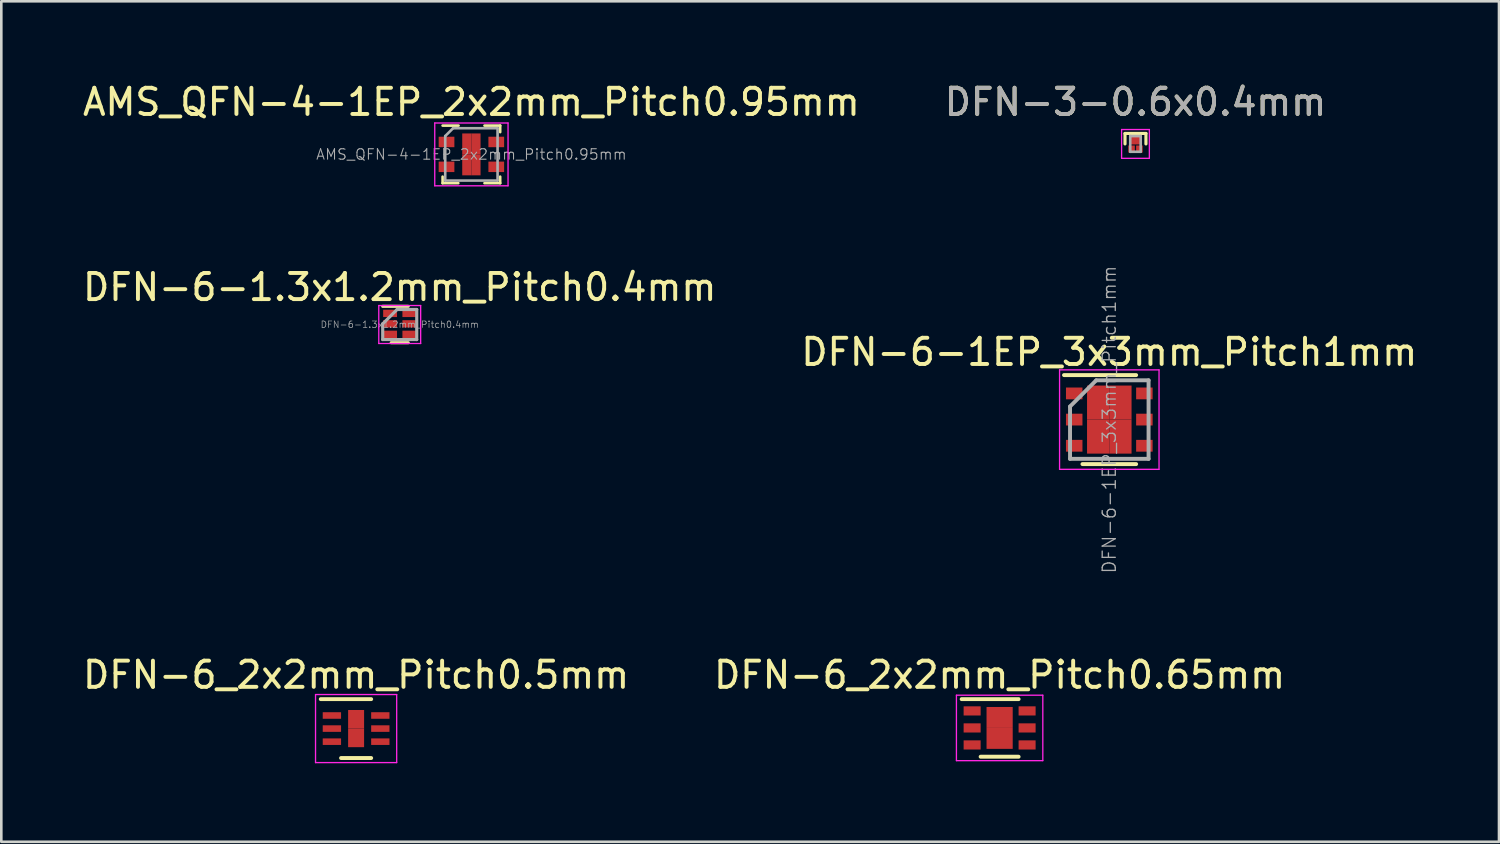
<source format=kicad_pcb>
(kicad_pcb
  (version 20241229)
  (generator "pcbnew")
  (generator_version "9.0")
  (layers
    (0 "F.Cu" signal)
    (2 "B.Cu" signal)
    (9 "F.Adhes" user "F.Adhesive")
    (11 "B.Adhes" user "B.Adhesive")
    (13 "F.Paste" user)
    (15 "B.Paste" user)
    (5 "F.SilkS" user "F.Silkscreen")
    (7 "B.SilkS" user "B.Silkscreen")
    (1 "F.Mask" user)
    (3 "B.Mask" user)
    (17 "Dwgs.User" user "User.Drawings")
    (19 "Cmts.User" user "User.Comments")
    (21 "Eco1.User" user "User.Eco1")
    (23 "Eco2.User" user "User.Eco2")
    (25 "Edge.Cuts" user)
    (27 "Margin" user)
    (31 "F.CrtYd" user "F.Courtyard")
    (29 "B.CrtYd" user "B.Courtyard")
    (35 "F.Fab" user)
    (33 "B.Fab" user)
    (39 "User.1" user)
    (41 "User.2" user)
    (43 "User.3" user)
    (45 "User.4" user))
  (footprint "DFN-6-1EP_3x3mm_Pitch1mm"
    (layer "F.Cu")
    (at 39.327 12.979)
    (property "Reference" "DFN-6-1EP_3x3mm_Pitch1mm" (at 0 -2.58 0) (layer "F.SilkS") (effects (font (size 1 1) (thickness 0.15))))
    (attr smd)
    (fp_line (start -1.73 -1.7) (end 1.025 -1.7) (stroke (width 0.15) (type solid)) (layer "F.SilkS"))
    (fp_line (start -1.025 1.7) (end 1.025 1.7) (stroke (width 0.15) (type solid)) (layer "F.SilkS"))
    (fp_line (start -1.9 -1.9) (end -1.9 1.9) (stroke (width 0.05) (type solid)) (layer "F.CrtYd"))
    (fp_line (start -1.9 -1.9) (end 1.9 -1.9) (stroke (width 0.05) (type solid)) (layer "F.CrtYd"))
    (fp_line (start -1.9 1.9) (end 1.9 1.9) (stroke (width 0.05) (type solid)) (layer "F.CrtYd"))
    (fp_line (start 1.9 -1.9) (end 1.9 1.9) (stroke (width 0.05) (type solid)) (layer "F.CrtYd"))
    (fp_line (start -1.5 -0.5) (end -0.5 -1.5) (stroke (width 0.15) (type solid)) (layer "F.Fab"))
    (fp_line (start -1.5 1.5) (end -1.5 -0.5) (stroke (width 0.15) (type solid)) (layer "F.Fab"))
    (fp_line (start -0.5 -1.5) (end 1.5 -1.5) (stroke (width 0.15) (type solid)) (layer "F.Fab"))
    (fp_line (start 1.5 -1.5) (end 1.5 1.5) (stroke (width 0.15) (type solid)) (layer "F.Fab"))
    (fp_line (start 1.5 1.5) (end -1.5 1.5) (stroke (width 0.15) (type solid)) (layer "F.Fab"))
    (fp_text user "${REFERENCE}" (at 0 0 90) (layer "F.Fab") (effects (font (size 0.5 0.5) (thickness 0.05))))
    (pad "1" smd rect (at -1.34 -1) (size 0.63 0.45) (layers "F.Cu" "F.Mask" "F.Paste"))
    (pad "2" smd rect (at -1.34 0) (size 0.63 0.45) (layers "F.Cu" "F.Mask" "F.Paste"))
    (pad "3" smd rect (at -1.34 1) (size 0.63 0.45) (layers "F.Cu" "F.Mask" "F.Paste"))
    (pad "4" smd rect (at 1.34 1) (size 0.63 0.45) (layers "F.Cu" "F.Mask" "F.Paste"))
    (pad "5" smd rect (at 1.34 0) (size 0.63 0.45) (layers "F.Cu" "F.Mask" "F.Paste"))
    (pad "6" smd rect (at 1.34 -1) (size 0.63 0.45) (layers "F.Cu" "F.Mask" "F.Paste"))
    (pad "7" smd rect (at -0.425 -0.65) (size 0.85 1.3) (layers "F.Cu" "F.Mask" "F.Paste"))
    (pad "7" smd rect (at -0.425 0.65) (size 0.85 1.3) (layers "F.Cu" "F.Mask" "F.Paste"))
    (pad "7" smd rect (at 0.425 -0.65) (size 0.85 1.3) (layers "F.Cu" "F.Mask" "F.Paste"))
    (pad "7" smd rect (at 0.425 0.65) (size 0.85 1.3) (layers "F.Cu" "F.Mask" "F.Paste")))
  (footprint "DFN-3-0.6x0.4mm"
    (layer "F.Cu")
    (at 40.327 2.448)
    (property "Reference" "DFN-3-0.6x0.4mm" (at 0 -1.6 0) (layer "F.SilkS") (effects (font (size 1 1) (thickness 0.15))))
    (attr smd)
    (fp_line (start -0.4 -0.4) (end 0.4 -0.4) (stroke (width 0.12) (type solid)) (layer "F.SilkS"))
    (fp_line (start -0.4 0) (end -0.4 -0.4) (stroke (width 0.12) (type solid)) (layer "F.SilkS"))
    (fp_line (start 0.4 -0.4) (end 0.4 0) (stroke (width 0.12) (type solid)) (layer "F.SilkS"))
    (fp_line (start -0.53 -0.55) (end 0.53 -0.55) (stroke (width 0.05) (type solid)) (layer "F.CrtYd"))
    (fp_line (start -0.53 0.55) (end -0.53 -0.55) (stroke (width 0.05) (type solid)) (layer "F.CrtYd"))
    (fp_line (start 0.53 -0.55) (end 0.53 0.55) (stroke (width 0.05) (type solid)) (layer "F.CrtYd"))
    (fp_line (start 0.53 0.55) (end -0.53 0.55) (stroke (width 0.05) (type solid)) (layer "F.CrtYd"))
    (fp_line (start -0.2 -0.3) (end 0.2 -0.3) (stroke (width 0.1) (type solid)) (layer "F.Fab"))
    (fp_line (start -0.2 0.3) (end -0.2 -0.3) (stroke (width 0.1) (type solid)) (layer "F.Fab"))
    (fp_line (start 0.2 -0.3) (end 0.2 0.3) (stroke (width 0.1) (type solid)) (layer "F.Fab"))
    (fp_line (start 0.2 0.3) (end -0.2 0.3) (stroke (width 0.1) (type solid)) (layer "F.Fab"))
    (fp_text user "${REFERENCE}" (at 0 -1.6 0) (layer "F.Fab") (effects (font (size 1 1) (thickness 0.15))))
    (pad "1" smd rect (at -0.15 0.195) (size 0.25 0.27) (layers "F.Cu" "F.Mask" "F.Paste"))
    (pad "2" smd rect (at 0.15 0.195) (size 0.25 0.27) (layers "F.Cu" "F.Mask" "F.Paste"))
    (pad "3" smd rect (at 0 -0.155) (size 0.35 0.35) (layers "F.Cu" "F.Mask" "F.Paste")))
  (footprint "DFN-6-1.3x1.2mm_Pitch0.4mm"
    (layer "F.Cu")
    (at 12.22 9.322)
    (property "Reference" "DFN-6-1.3x1.2mm_Pitch0.4mm" (at 0 -1.4 0) (layer "F.SilkS") (effects (font (size 1 1) (thickness 0.15))))
    (attr smd)
    (fp_line (start -0.65 -0.67) (end 0.325 -0.67) (stroke (width 0.12) (type solid)) (layer "F.SilkS"))
    (fp_line (start -0.325 0.72) (end 0.325 0.72) (stroke (width 0.12) (type solid)) (layer "F.SilkS"))
    (fp_line (start -0.8 -0.7) (end -0.8 0.75) (stroke (width 0.05) (type solid)) (layer "F.CrtYd"))
    (fp_line (start -0.8 -0.7) (end 0.8 -0.7) (stroke (width 0.05) (type solid)) (layer "F.CrtYd"))
    (fp_line (start 0.8 0.75) (end -0.8 0.75) (stroke (width 0.05) (type solid)) (layer "F.CrtYd"))
    (fp_line (start 0.8 0.75) (end 0.8 -0.7) (stroke (width 0.05) (type solid)) (layer "F.CrtYd"))
    (fp_line (start -0.65 0) (end -0.65 0.6) (stroke (width 0.12) (type solid)) (layer "F.Fab"))
    (fp_line (start -0.65 0.6) (end 0.65 0.6) (stroke (width 0.12) (type solid)) (layer "F.Fab"))
    (fp_line (start -0.1 -0.55) (end -0.65 0) (stroke (width 0.12) (type solid)) (layer "F.Fab"))
    (fp_line (start 0.65 -0.55) (end -0.1 -0.55) (stroke (width 0.12) (type solid)) (layer "F.Fab"))
    (fp_line (start 0.65 0.6) (end 0.65 -0.55) (stroke (width 0.12) (type solid)) (layer "F.Fab"))
    (fp_text user "${REFERENCE}" (at 0 0.025 0) (layer "F.Fab") (effects (font (size 0.25 0.25) (thickness 0.025))))
    (pad "1" smd rect (at -0.368 -0.4) (size 0.53 0.28) (layers "F.Cu" "F.Mask" "F.Paste"))
    (pad "2" smd rect (at -0.368 0) (size 0.53 0.28) (layers "F.Cu" "F.Mask" "F.Paste"))
    (pad "3" smd rect (at -0.368 0.4) (size 0.53 0.28) (layers "F.Cu" "F.Mask" "F.Paste"))
    (pad "4" smd rect (at 0.368 0.4) (size 0.53 0.28) (layers "F.Cu" "F.Mask" "F.Paste"))
    (pad "5" smd rect (at 0.368 0) (size 0.53 0.28) (layers "F.Cu" "F.Mask" "F.Paste"))
    (pad "6" smd rect (at 0.368 -0.4) (size 0.53 0.28) (layers "F.Cu" "F.Mask" "F.Paste")))
  (footprint "AMS_QFN-4-1EP_2x2mm_Pitch0.95mm"
    (layer "F.Cu")
    (at 14.958 2.848)
    (property "Reference" "AMS_QFN-4-1EP_2x2mm_Pitch0.95mm" (at 0 -2 0) (layer "F.SilkS") (effects (font (size 1 1) (thickness 0.15))))
    (attr smd)
    (fp_line (start -1.1 1.1) (end -1.1 0.85) (stroke (width 0.1) (type solid)) (layer "F.SilkS"))
    (fp_line (start -1.1 1.1) (end -0.5 1.1) (stroke (width 0.1) (type solid)) (layer "F.SilkS"))
    (fp_line (start -0.49 -1.1) (end -1.1 -1.1) (stroke (width 0.1) (type solid)) (layer "F.SilkS"))
    (fp_line (start 1.1 -1.1) (end 0.5 -1.1) (stroke (width 0.1) (type solid)) (layer "F.SilkS"))
    (fp_line (start 1.1 -1.1) (end 1.1 -0.85) (stroke (width 0.1) (type solid)) (layer "F.SilkS"))
    (fp_line (start 1.1 1.1) (end 0.5 1.1) (stroke (width 0.1) (type solid)) (layer "F.SilkS"))
    (fp_line (start 1.1 1.1) (end 1.1 0.85) (stroke (width 0.1) (type solid)) (layer "F.SilkS"))
    (fp_line (start -1.4 -1.2) (end 1.4 -1.2) (stroke (width 0.05) (type solid)) (layer "F.CrtYd"))
    (fp_line (start -1.4 1.2) (end -1.4 -1.2) (stroke (width 0.05) (type solid)) (layer "F.CrtYd"))
    (fp_line (start 1.4 -1.2) (end 1.4 1.2) (stroke (width 0.05) (type solid)) (layer "F.CrtYd"))
    (fp_line (start 1.4 1.2) (end -1.4 1.2) (stroke (width 0.05) (type solid)) (layer "F.CrtYd"))
    (fp_line (start -1 -0.7) (end -0.7 -1) (stroke (width 0.1) (type solid)) (layer "F.Fab"))
    (fp_line (start -1 1) (end -1 -0.7) (stroke (width 0.1) (type solid)) (layer "F.Fab"))
    (fp_line (start -0.7 -1) (end 1 -1) (stroke (width 0.1) (type solid)) (layer "F.Fab"))
    (fp_line (start 1 -1) (end 1 1) (stroke (width 0.1) (type solid)) (layer "F.Fab"))
    (fp_line (start 1 1) (end -1 1) (stroke (width 0.1) (type solid)) (layer "F.Fab"))
    (fp_text user "${REFERENCE}" (at 0 0 0) (layer "F.Fab") (effects (font (size 0.4 0.4) (thickness 0.04))))
    (pad "1" smd rect (at -0.95 -0.475) (size 0.6 0.4) (layers "F.Cu" "F.Mask" "F.Paste"))
    (pad "2" smd rect (at -0.95 0.475) (size 0.6 0.4) (layers "F.Cu" "F.Mask" "F.Paste"))
    (pad "3" smd rect (at 0.95 0.475) (size 0.6 0.4) (layers "F.Cu" "F.Mask" "F.Paste"))
    (pad "4" smd rect (at 0.95 -0.475) (size 0.6 0.4) (layers "F.Cu" "F.Mask" "F.Paste"))
    (pad "5" smd rect (at -0.175 -0.4) (size 0.35 0.8) (layers "F.Cu" "F.Mask" "F.Paste"))
    (pad "5" smd rect (at -0.175 0.4) (size 0.35 0.8) (layers "F.Cu" "F.Mask" "F.Paste"))
    (pad "5" smd rect (at 0.175 -0.4) (size 0.35 0.8) (layers "F.Cu" "F.Mask" "F.Paste"))
    (pad "5" smd rect (at 0.175 0.4) (size 0.35 0.8) (layers "F.Cu" "F.Mask" "F.Paste")))
  (footprint "DFN-6_2x2mm_Pitch0.65mm"
    (layer "F.Cu")
    (at 35.137 24.758)
    (property "Reference" "DFN-6_2x2mm_Pitch0.65mm" (at 0 -2.025 0) (layer "F.SilkS") (effects (font (size 1 1) (thickness 0.15))))
    (attr smd)
    (fp_line (start -1.45 -1.1) (end 0.725 -1.1) (stroke (width 0.15) (type solid)) (layer "F.SilkS"))
    (fp_line (start -0.725 1.1) (end 0.725 1.1) (stroke (width 0.15) (type solid)) (layer "F.SilkS"))
    (fp_line (start -1.65 -1.25) (end -1.65 1.25) (stroke (width 0.05) (type solid)) (layer "F.CrtYd"))
    (fp_line (start -1.65 -1.25) (end 1.65 -1.25) (stroke (width 0.05) (type solid)) (layer "F.CrtYd"))
    (fp_line (start -1.65 1.25) (end 1.65 1.25) (stroke (width 0.05) (type solid)) (layer "F.CrtYd"))
    (fp_line (start 1.65 -1.25) (end 1.65 1.25) (stroke (width 0.05) (type solid)) (layer "F.CrtYd"))
    (pad "1" smd rect (at -1.05 -0.65) (size 0.65 0.35) (layers "F.Cu" "F.Mask" "F.Paste"))
    (pad "2" smd rect (at -1.05 0) (size 0.65 0.35) (layers "F.Cu" "F.Mask" "F.Paste"))
    (pad "3" smd rect (at -1.05 0.65) (size 0.65 0.35) (layers "F.Cu" "F.Mask" "F.Paste"))
    (pad "4" smd rect (at 1.05 0.65) (size 0.65 0.35) (layers "F.Cu" "F.Mask" "F.Paste"))
    (pad "5" smd rect (at 1.05 0) (size 0.65 0.35) (layers "F.Cu" "F.Mask" "F.Paste"))
    (pad "6" smd rect (at 1.05 -0.65) (size 0.65 0.35) (layers "F.Cu" "F.Mask" "F.Paste"))
    (pad "7" smd rect (at 0 -0.4) (size 1 0.8) (layers "F.Cu" "F.Mask" "F.Paste"))
    (pad "7" smd rect (at 0 0.4) (size 1 0.8) (layers "F.Cu" "F.Mask" "F.Paste")))
  (footprint "DFN-6_2x2mm_Pitch0.5mm"
    (layer "F.Cu")
    (at 10.554 24.783)
    (property "Reference" "DFN-6_2x2mm_Pitch0.5mm" (at 0 -2.05 0) (layer "F.SilkS") (effects (font (size 1 1) (thickness 0.15))))
    (attr smd)
    (fp_line (start -1.35 -1.125) (end 0.575 -1.125) (stroke (width 0.15) (type solid)) (layer "F.SilkS"))
    (fp_line (start -0.575 1.125) (end 0.575 1.125) (stroke (width 0.15) (type solid)) (layer "F.SilkS"))
    (fp_line (start -1.55 -1.3) (end -1.55 1.3) (stroke (width 0.05) (type solid)) (layer "F.CrtYd"))
    (fp_line (start -1.55 -1.3) (end 1.55 -1.3) (stroke (width 0.05) (type solid)) (layer "F.CrtYd"))
    (fp_line (start -1.55 1.3) (end 1.55 1.3) (stroke (width 0.05) (type solid)) (layer "F.CrtYd"))
    (fp_line (start 1.55 -1.3) (end 1.55 1.3) (stroke (width 0.05) (type solid)) (layer "F.CrtYd"))
    (pad "1" smd rect (at -0.925 -0.5) (size 0.7 0.25) (layers "F.Cu" "F.Mask" "F.Paste"))
    (pad "2" smd rect (at -0.925 0) (size 0.7 0.25) (layers "F.Cu" "F.Mask" "F.Paste"))
    (pad "3" smd rect (at -0.925 0.5) (size 0.7 0.25) (layers "F.Cu" "F.Mask" "F.Paste"))
    (pad "4" smd rect (at 0.925 0.5) (size 0.7 0.25) (layers "F.Cu" "F.Mask" "F.Paste"))
    (pad "5" smd rect (at 0.925 0) (size 0.7 0.25) (layers "F.Cu" "F.Mask" "F.Paste"))
    (pad "6" smd rect (at 0.925 -0.5) (size 0.7 0.25) (layers "F.Cu" "F.Mask" "F.Paste"))
    (pad "7" smd rect (at 0 -0.355) (size 0.61 0.71) (layers "F.Cu" "F.Mask" "F.Paste"))
    (pad "7" smd rect (at 0 0.355) (size 0.61 0.71) (layers "F.Cu" "F.Mask" "F.Paste")))
  (gr_rect
    (start -3 -3)
    (end 54.214 29.108)
    (stroke (width 0.1) (type default))
    (fill no)
    (layer "Edge.Cuts")))
</source>
